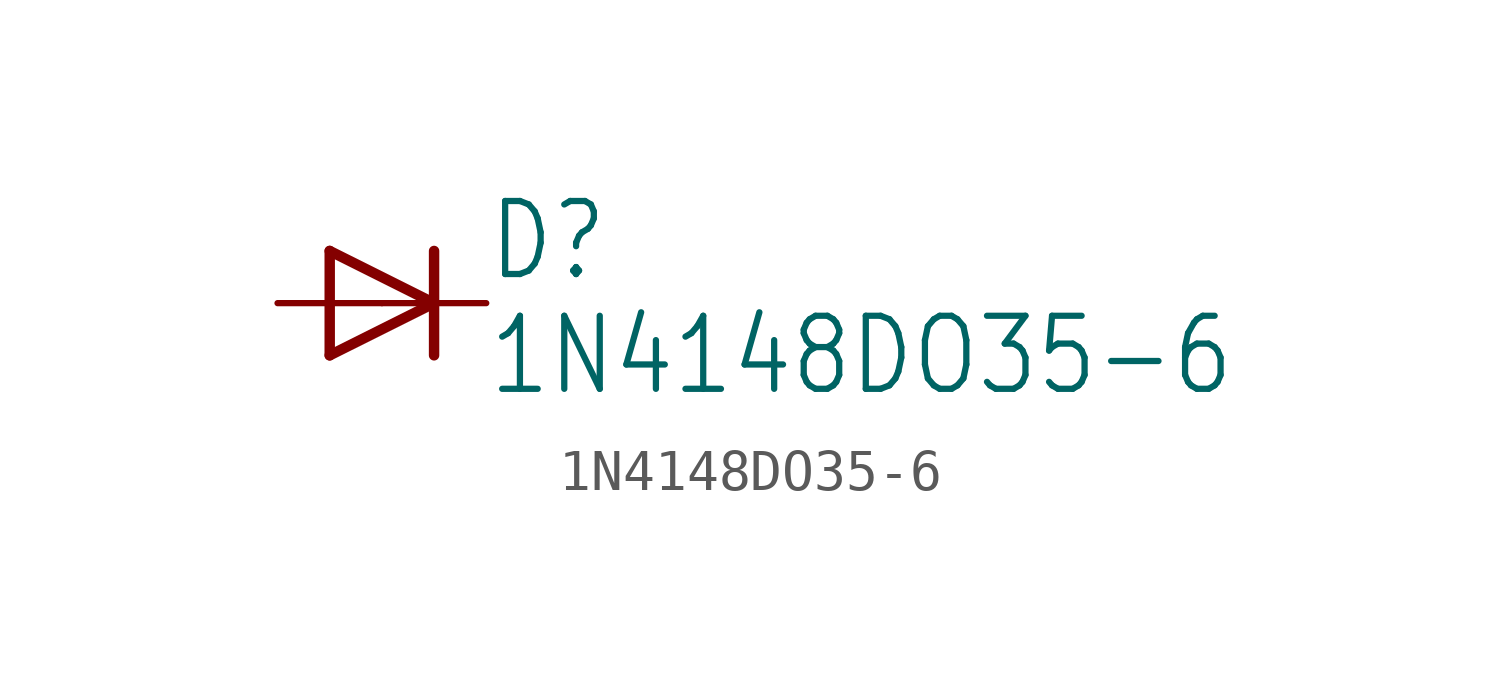
<source format=kicad_sym>
(kicad_symbol_lib
  (version 20211014)
  (generator kicad_symbol_editor)
  (symbol "1N4148DO35-6"
    (property "Reference" "D"
      (at 2.54 0.483 0)
      (effects (font (size 1.778 1.511)) (justify left bottom)))
    (property "Value" "1N4148DO35-6"
      (at 2.54 -2.311 0)
      (effects (font (size 1.778 1.511)) (justify left bottom)))
    (property "ki_locked" ""
      (at 0 0 0)
      (effects (font (size 1.27 1.27))))
    (symbol "1N4148DO35-6_1_0"
      (polyline (pts (xy -1.27 -1.27) (xy 1.27 0)) (stroke (width 0.254) (type default) (color 0 0 0 0)) (fill (type none)))
      (polyline (pts (xy -1.27 1.27) (xy -1.27 -1.27)) (stroke (width 0.254) (type default) (color 0 0 0 0)) (fill (type none)))
      (polyline (pts (xy 1.27 0) (xy -1.27 1.27)) (stroke (width 0.254) (type default) (color 0 0 0 0)) (fill (type none)))
      (polyline (pts (xy 1.27 0) (xy 1.27 -1.27)) (stroke (width 0.254) (type default) (color 0 0 0 0)) (fill (type none)))
      (polyline (pts (xy 1.27 1.27) (xy 1.27 0)) (stroke (width 0.254) (type default) (color 0 0 0 0)) (fill (type none)))
      (pin passive line (at -2.54 0 0) (length 2.54) (name "A" (effects (font (size 0 0)))) (number "ANODE" (effects (font (size 0 0)))))
      (pin passive line (at 2.54 0 180) (length 2.54) (name "C" (effects (font (size 0 0)))) (number "CATHODE" (effects (font (size 0 0))))))))
</source>
